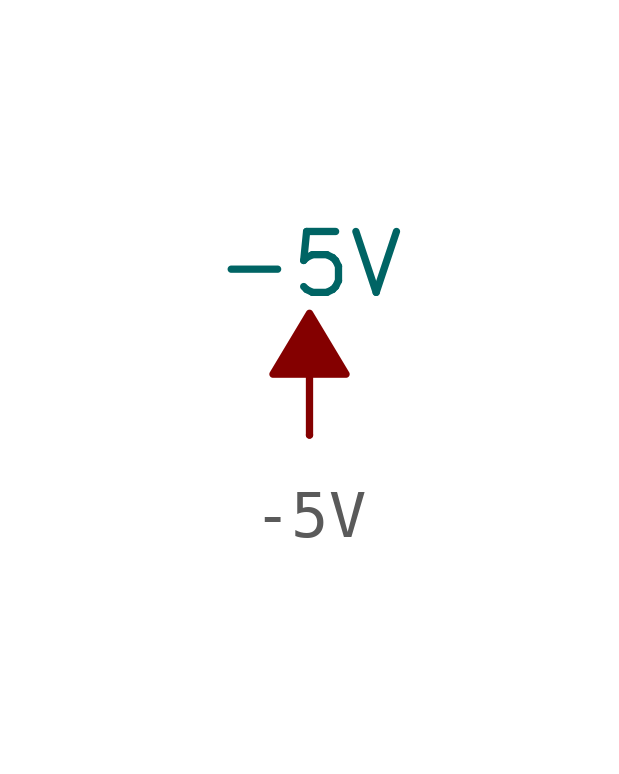
<source format=kicad_sym>
(kicad_symbol_lib
  (version 20231120)
  (generator "kicad_symbol_editor")
  (generator_version "8.0")
  (symbol "-5V"
    (power)
    (pin_numbers hide)
    (pin_names
      (offset 0) hide)
    (property "Reference" "#PWR"
      (at 0 -3.81 0)
      (effects (font (size 1.27 1.27)) (hide yes)))
    (property "Value" "-5V"
      (at 0 3.556 0)
      (effects (font (size 1.27 1.27))))
    (symbol "-5V_0_0"
      (pin power_in line (at 0 0 90) (length 0) (name "~" (effects (font (size 1.27 1.27)))) (number "1" (effects (font (size 1.27 1.27))))))
    (symbol "-5V_0_1"
      (polyline (pts (xy 0 0) (xy 0 1.27) (xy 0.762 1.27) (xy 0 2.54) (xy -0.762 1.27) (xy 0 1.27)) (stroke (width 0) (type default)) (fill (type outline))))))
</source>
